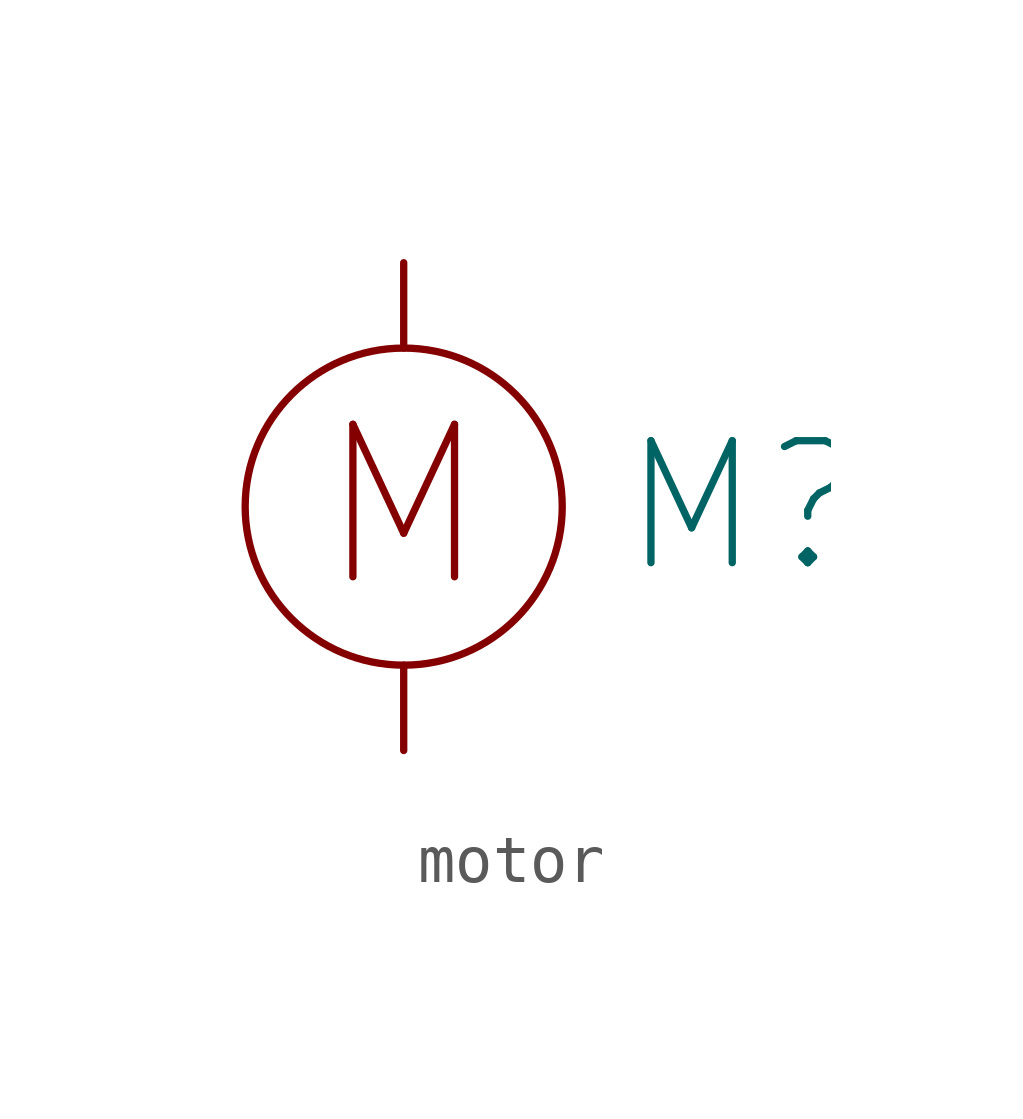
<source format=kicad_sym>
(kicad_symbol_lib
  (version 20211014)
  (generator kicad_symbol_editor)
  (symbol "motor"
    (pin_names
      (offset 1.016))
    (property "Reference" "M"
      (at 4.445 -5.08 0)
      (effects (font (size 2.54 2.54)) (justify left)))
    (symbol "motor_0_0"
      (text "M" (at 0 -5.08 0) (effects (font (size 3.175 3.175)))))
    (symbol "motor_0_1"
      (circle (center 0 -5.08) (radius 3.302) (stroke (width 0) (type default) (color 0 0 0 0)) (fill (type none))))
    (symbol "motor_1_1"
      (pin input line (at 0 -10.16 90) (length 1.778) (name "~" (effects (font (size 1.27 1.27)))) (number "~" (effects (font (size 1.143 1.143)))))
      (pin input line (at 0 0 270) (length 1.778) (name "~" (effects (font (size 1.27 1.27)))) (number "~" (effects (font (size 1.143 1.143))))))))
</source>
